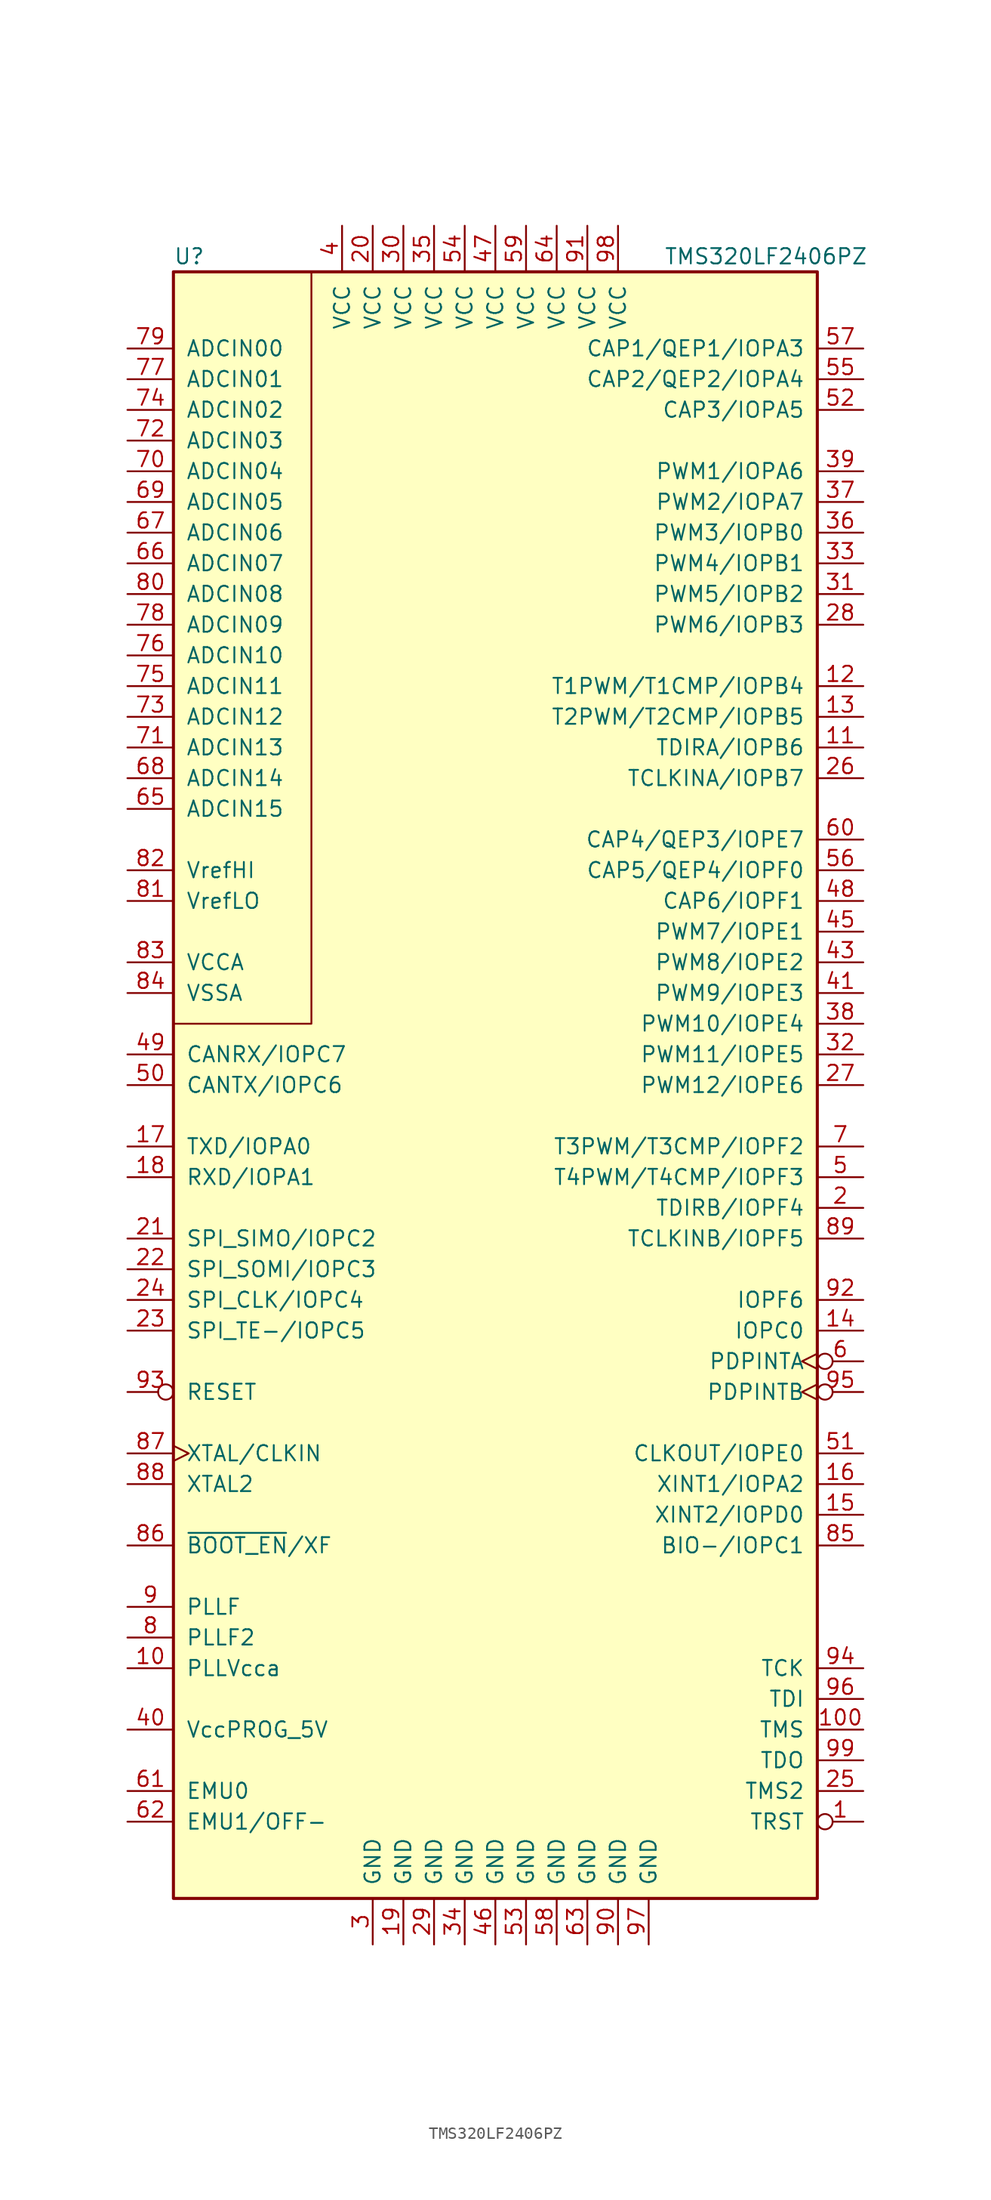
<source format=kicad_sym>
(kicad_symbol_lib
  (version 20220914)
  (generator kicad_symbol_editor)
  (symbol "TMS320LF2406PZ"
    (pin_names
      (offset 1.016))
    (property "Reference" "U"
      (at -26.67 66.04 0)
      (effects (font (size 1.27 1.27)) (justify left)))
    (property "Value" "TMS320LF2406PZ"
      (at 13.97 66.04 0)
      (effects (font (size 1.27 1.27)) (justify left)))
    (symbol "TMS320LF2406PZ_0_1"
      (rectangle (start -26.67 64.77) (end 26.67 -69.85) (stroke (width 0.254) (type default)) (fill (type background)))
      (polyline (pts (xy -15.24 64.77) (xy -15.24 2.54) (xy -22.86 2.54) (xy -26.67 2.54)) (stroke (width 0) (type default)) (fill (type none))))
    (symbol "TMS320LF2406PZ_1_1"
      (pin input inverted (at 30.48 -63.5 180) (length 3.81) (name "TRST" (effects (font (size 1.27 1.27)))) (number "1" (effects (font (size 1.27 1.27)))))
      (pin passive line (at -30.48 -50.8 0) (length 3.81) (name "PLLVcca" (effects (font (size 1.27 1.27)))) (number "10" (effects (font (size 1.27 1.27)))))
      (pin input line (at 30.48 -55.88 180) (length 3.81) (name "TMS" (effects (font (size 1.27 1.27)))) (number "100" (effects (font (size 1.27 1.27)))))
      (pin bidirectional line (at 30.48 25.4 180) (length 3.81) (name "TDIRA/IOPB6" (effects (font (size 1.27 1.27)))) (number "11" (effects (font (size 1.27 1.27)))))
      (pin bidirectional line (at 30.48 30.48 180) (length 3.81) (name "T1PWM/T1CMP/IOPB4" (effects (font (size 1.27 1.27)))) (number "12" (effects (font (size 1.27 1.27)))))
      (pin bidirectional line (at 30.48 27.94 180) (length 3.81) (name "T2PWM/T2CMP/IOPB5" (effects (font (size 1.27 1.27)))) (number "13" (effects (font (size 1.27 1.27)))))
      (pin bidirectional line (at 30.48 -22.86 180) (length 3.81) (name "IOPC0" (effects (font (size 1.27 1.27)))) (number "14" (effects (font (size 1.27 1.27)))))
      (pin bidirectional line (at 30.48 -38.1 180) (length 3.81) (name "XINT2/IOPD0" (effects (font (size 1.27 1.27)))) (number "15" (effects (font (size 1.27 1.27)))))
      (pin bidirectional line (at 30.48 -35.56 180) (length 3.81) (name "XINT1/IOPA2" (effects (font (size 1.27 1.27)))) (number "16" (effects (font (size 1.27 1.27)))))
      (pin bidirectional line (at -30.48 -7.62 0) (length 3.81) (name "TXD/IOPA0" (effects (font (size 1.27 1.27)))) (number "17" (effects (font (size 1.27 1.27)))))
      (pin bidirectional line (at -30.48 -10.16 0) (length 3.81) (name "RXD/IOPA1" (effects (font (size 1.27 1.27)))) (number "18" (effects (font (size 1.27 1.27)))))
      (pin power_in line (at -7.62 -73.66 90) (length 3.81) (name "GND" (effects (font (size 1.27 1.27)))) (number "19" (effects (font (size 1.27 1.27)))))
      (pin bidirectional line (at 30.48 -12.7 180) (length 3.81) (name "TDIRB/IOPF4" (effects (font (size 1.27 1.27)))) (number "2" (effects (font (size 1.27 1.27)))))
      (pin power_in line (at -10.16 68.58 270) (length 3.81) (name "VCC" (effects (font (size 1.27 1.27)))) (number "20" (effects (font (size 1.27 1.27)))))
      (pin bidirectional line (at -30.48 -15.24 0) (length 3.81) (name "SPI_SIMO/IOPC2" (effects (font (size 1.27 1.27)))) (number "21" (effects (font (size 1.27 1.27)))))
      (pin bidirectional line (at -30.48 -17.78 0) (length 3.81) (name "SPI_SOMI/IOPC3" (effects (font (size 1.27 1.27)))) (number "22" (effects (font (size 1.27 1.27)))))
      (pin bidirectional line (at -30.48 -22.86 0) (length 3.81) (name "SPI_TE-/IOPC5" (effects (font (size 1.27 1.27)))) (number "23" (effects (font (size 1.27 1.27)))))
      (pin bidirectional line (at -30.48 -20.32 0) (length 3.81) (name "SPI_CLK/IOPC4" (effects (font (size 1.27 1.27)))) (number "24" (effects (font (size 1.27 1.27)))))
      (pin input line (at 30.48 -60.96 180) (length 3.81) (name "TMS2" (effects (font (size 1.27 1.27)))) (number "25" (effects (font (size 1.27 1.27)))))
      (pin passive line (at 30.48 22.86 180) (length 3.81) (name "TCLKINA/IOPB7" (effects (font (size 1.27 1.27)))) (number "26" (effects (font (size 1.27 1.27)))))
      (pin bidirectional line (at 30.48 -2.54 180) (length 3.81) (name "PWM12/IOPE6" (effects (font (size 1.27 1.27)))) (number "27" (effects (font (size 1.27 1.27)))))
      (pin bidirectional line (at 30.48 35.56 180) (length 3.81) (name "PWM6/IOPB3" (effects (font (size 1.27 1.27)))) (number "28" (effects (font (size 1.27 1.27)))))
      (pin power_in line (at -5.08 -73.66 90) (length 3.81) (name "GND" (effects (font (size 1.27 1.27)))) (number "29" (effects (font (size 1.27 1.27)))))
      (pin power_in line (at -10.16 -73.66 90) (length 3.81) (name "GND" (effects (font (size 1.27 1.27)))) (number "3" (effects (font (size 1.27 1.27)))))
      (pin power_in line (at -7.62 68.58 270) (length 3.81) (name "VCC" (effects (font (size 1.27 1.27)))) (number "30" (effects (font (size 1.27 1.27)))))
      (pin bidirectional line (at 30.48 38.1 180) (length 3.81) (name "PWM5/IOPB2" (effects (font (size 1.27 1.27)))) (number "31" (effects (font (size 1.27 1.27)))))
      (pin bidirectional line (at 30.48 0 180) (length 3.81) (name "PWM11/IOPE5" (effects (font (size 1.27 1.27)))) (number "32" (effects (font (size 1.27 1.27)))))
      (pin bidirectional line (at 30.48 40.64 180) (length 3.81) (name "PWM4/IOPB1" (effects (font (size 1.27 1.27)))) (number "33" (effects (font (size 1.27 1.27)))))
      (pin power_in line (at -2.54 -73.66 90) (length 3.81) (name "GND" (effects (font (size 1.27 1.27)))) (number "34" (effects (font (size 1.27 1.27)))))
      (pin power_in line (at -5.08 68.58 270) (length 3.81) (name "VCC" (effects (font (size 1.27 1.27)))) (number "35" (effects (font (size 1.27 1.27)))))
      (pin bidirectional line (at 30.48 43.18 180) (length 3.81) (name "PWM3/IOPB0" (effects (font (size 1.27 1.27)))) (number "36" (effects (font (size 1.27 1.27)))))
      (pin bidirectional line (at 30.48 45.72 180) (length 3.81) (name "PWM2/IOPA7" (effects (font (size 1.27 1.27)))) (number "37" (effects (font (size 1.27 1.27)))))
      (pin bidirectional line (at 30.48 2.54 180) (length 3.81) (name "PWM10/IOPE4" (effects (font (size 1.27 1.27)))) (number "38" (effects (font (size 1.27 1.27)))))
      (pin bidirectional line (at 30.48 48.26 180) (length 3.81) (name "PWM1/IOPA6" (effects (font (size 1.27 1.27)))) (number "39" (effects (font (size 1.27 1.27)))))
      (pin power_in line (at -12.7 68.58 270) (length 3.81) (name "VCC" (effects (font (size 1.27 1.27)))) (number "4" (effects (font (size 1.27 1.27)))))
      (pin passive line (at -30.48 -55.88 0) (length 3.81) (name "VccPROG_5V" (effects (font (size 1.27 1.27)))) (number "40" (effects (font (size 1.27 1.27)))))
      (pin bidirectional line (at 30.48 5.08 180) (length 3.81) (name "PWM9/IOPE3" (effects (font (size 1.27 1.27)))) (number "41" (effects (font (size 1.27 1.27)))))
      (pin bidirectional line (at 30.48 7.62 180) (length 3.81) (name "PWM8/IOPE2" (effects (font (size 1.27 1.27)))) (number "43" (effects (font (size 1.27 1.27)))))
      (pin bidirectional line (at 30.48 10.16 180) (length 3.81) (name "PWM7/IOPE1" (effects (font (size 1.27 1.27)))) (number "45" (effects (font (size 1.27 1.27)))))
      (pin power_in line (at 0 -73.66 90) (length 3.81) (name "GND" (effects (font (size 1.27 1.27)))) (number "46" (effects (font (size 1.27 1.27)))))
      (pin power_in line (at 0 68.58 270) (length 3.81) (name "VCC" (effects (font (size 1.27 1.27)))) (number "47" (effects (font (size 1.27 1.27)))))
      (pin bidirectional line (at 30.48 12.7 180) (length 3.81) (name "CAP6/IOPF1" (effects (font (size 1.27 1.27)))) (number "48" (effects (font (size 1.27 1.27)))))
      (pin bidirectional line (at -30.48 0 0) (length 3.81) (name "CANRX/IOPC7" (effects (font (size 1.27 1.27)))) (number "49" (effects (font (size 1.27 1.27)))))
      (pin bidirectional line (at 30.48 -10.16 180) (length 3.81) (name "T4PWM/T4CMP/IOPF3" (effects (font (size 1.27 1.27)))) (number "5" (effects (font (size 1.27 1.27)))))
      (pin bidirectional line (at -30.48 -2.54 0) (length 3.81) (name "CANTX/IOPC6" (effects (font (size 1.27 1.27)))) (number "50" (effects (font (size 1.27 1.27)))))
      (pin bidirectional line (at 30.48 -33.02 180) (length 3.81) (name "CLKOUT/IOPE0" (effects (font (size 1.27 1.27)))) (number "51" (effects (font (size 1.27 1.27)))))
      (pin bidirectional line (at 30.48 53.34 180) (length 3.81) (name "CAP3/IOPA5" (effects (font (size 1.27 1.27)))) (number "52" (effects (font (size 1.27 1.27)))))
      (pin power_in line (at 2.54 -73.66 90) (length 3.81) (name "GND" (effects (font (size 1.27 1.27)))) (number "53" (effects (font (size 1.27 1.27)))))
      (pin power_in line (at -2.54 68.58 270) (length 3.81) (name "VCC" (effects (font (size 1.27 1.27)))) (number "54" (effects (font (size 1.27 1.27)))))
      (pin bidirectional line (at 30.48 55.88 180) (length 3.81) (name "CAP2/QEP2/IOPA4" (effects (font (size 1.27 1.27)))) (number "55" (effects (font (size 1.27 1.27)))))
      (pin passive line (at 30.48 15.24 180) (length 3.81) (name "CAP5/QEP4/IOPF0" (effects (font (size 1.27 1.27)))) (number "56" (effects (font (size 1.27 1.27)))))
      (pin bidirectional line (at 30.48 58.42 180) (length 3.81) (name "CAP1/QEP1/IOPA3" (effects (font (size 1.27 1.27)))) (number "57" (effects (font (size 1.27 1.27)))))
      (pin power_in line (at 5.08 -73.66 90) (length 3.81) (name "GND" (effects (font (size 1.27 1.27)))) (number "58" (effects (font (size 1.27 1.27)))))
      (pin power_in line (at 2.54 68.58 270) (length 3.81) (name "VCC" (effects (font (size 1.27 1.27)))) (number "59" (effects (font (size 1.27 1.27)))))
      (pin input inverted_clock (at 30.48 -25.4 180) (length 3.81) (name "PDPINTA" (effects (font (size 1.27 1.27)))) (number "6" (effects (font (size 1.27 1.27)))))
      (pin bidirectional line (at 30.48 17.78 180) (length 3.81) (name "CAP4/QEP3/IOPE7" (effects (font (size 1.27 1.27)))) (number "60" (effects (font (size 1.27 1.27)))))
      (pin bidirectional line (at -30.48 -60.96 0) (length 3.81) (name "EMU0" (effects (font (size 1.27 1.27)))) (number "61" (effects (font (size 1.27 1.27)))))
      (pin bidirectional line (at -30.48 -63.5 0) (length 3.81) (name "EMU1/OFF-" (effects (font (size 1.27 1.27)))) (number "62" (effects (font (size 1.27 1.27)))))
      (pin power_in line (at 7.62 -73.66 90) (length 3.81) (name "GND" (effects (font (size 1.27 1.27)))) (number "63" (effects (font (size 1.27 1.27)))))
      (pin power_in line (at 5.08 68.58 270) (length 3.81) (name "VCC" (effects (font (size 1.27 1.27)))) (number "64" (effects (font (size 1.27 1.27)))))
      (pin input line (at -30.48 20.32 0) (length 3.81) (name "ADCIN15" (effects (font (size 1.27 1.27)))) (number "65" (effects (font (size 1.27 1.27)))))
      (pin input line (at -30.48 40.64 0) (length 3.81) (name "ADCIN07" (effects (font (size 1.27 1.27)))) (number "66" (effects (font (size 1.27 1.27)))))
      (pin input line (at -30.48 43.18 0) (length 3.81) (name "ADCIN06" (effects (font (size 1.27 1.27)))) (number "67" (effects (font (size 1.27 1.27)))))
      (pin input line (at -30.48 22.86 0) (length 3.81) (name "ADCIN14" (effects (font (size 1.27 1.27)))) (number "68" (effects (font (size 1.27 1.27)))))
      (pin input line (at -30.48 45.72 0) (length 3.81) (name "ADCIN05" (effects (font (size 1.27 1.27)))) (number "69" (effects (font (size 1.27 1.27)))))
      (pin bidirectional line (at 30.48 -7.62 180) (length 3.81) (name "T3PWM/T3CMP/IOPF2" (effects (font (size 1.27 1.27)))) (number "7" (effects (font (size 1.27 1.27)))))
      (pin input line (at -30.48 48.26 0) (length 3.81) (name "ADCIN04" (effects (font (size 1.27 1.27)))) (number "70" (effects (font (size 1.27 1.27)))))
      (pin input line (at -30.48 25.4 0) (length 3.81) (name "ADCIN13" (effects (font (size 1.27 1.27)))) (number "71" (effects (font (size 1.27 1.27)))))
      (pin input line (at -30.48 50.8 0) (length 3.81) (name "ADCIN03" (effects (font (size 1.27 1.27)))) (number "72" (effects (font (size 1.27 1.27)))))
      (pin input line (at -30.48 27.94 0) (length 3.81) (name "ADCIN12" (effects (font (size 1.27 1.27)))) (number "73" (effects (font (size 1.27 1.27)))))
      (pin input line (at -30.48 53.34 0) (length 3.81) (name "ADCIN02" (effects (font (size 1.27 1.27)))) (number "74" (effects (font (size 1.27 1.27)))))
      (pin input line (at -30.48 30.48 0) (length 3.81) (name "ADCIN11" (effects (font (size 1.27 1.27)))) (number "75" (effects (font (size 1.27 1.27)))))
      (pin input line (at -30.48 33.02 0) (length 3.81) (name "ADCIN10" (effects (font (size 1.27 1.27)))) (number "76" (effects (font (size 1.27 1.27)))))
      (pin input line (at -30.48 55.88 0) (length 3.81) (name "ADCIN01" (effects (font (size 1.27 1.27)))) (number "77" (effects (font (size 1.27 1.27)))))
      (pin input line (at -30.48 35.56 0) (length 3.81) (name "ADCIN09" (effects (font (size 1.27 1.27)))) (number "78" (effects (font (size 1.27 1.27)))))
      (pin input line (at -30.48 58.42 0) (length 3.81) (name "ADCIN00" (effects (font (size 1.27 1.27)))) (number "79" (effects (font (size 1.27 1.27)))))
      (pin passive line (at -30.48 -48.26 0) (length 3.81) (name "PLLF2" (effects (font (size 1.27 1.27)))) (number "8" (effects (font (size 1.27 1.27)))))
      (pin input line (at -30.48 38.1 0) (length 3.81) (name "ADCIN08" (effects (font (size 1.27 1.27)))) (number "80" (effects (font (size 1.27 1.27)))))
      (pin passive line (at -30.48 12.7 0) (length 3.81) (name "VrefLO" (effects (font (size 1.27 1.27)))) (number "81" (effects (font (size 1.27 1.27)))))
      (pin passive line (at -30.48 15.24 0) (length 3.81) (name "VrefHI" (effects (font (size 1.27 1.27)))) (number "82" (effects (font (size 1.27 1.27)))))
      (pin power_in line (at -30.48 7.62 0) (length 3.81) (name "VCCA" (effects (font (size 1.27 1.27)))) (number "83" (effects (font (size 1.27 1.27)))))
      (pin power_in line (at -30.48 5.08 0) (length 3.81) (name "VSSA" (effects (font (size 1.27 1.27)))) (number "84" (effects (font (size 1.27 1.27)))))
      (pin bidirectional line (at 30.48 -40.64 180) (length 3.81) (name "BIO-/IOPC1" (effects (font (size 1.27 1.27)))) (number "85" (effects (font (size 1.27 1.27)))))
      (pin output line (at -30.48 -40.64 0) (length 3.81) (name "~{BOOT_EN}/XF" (effects (font (size 1.27 1.27)))) (number "86" (effects (font (size 1.27 1.27)))))
      (pin input clock (at -30.48 -33.02 0) (length 3.81) (name "XTAL/CLKIN" (effects (font (size 1.27 1.27)))) (number "87" (effects (font (size 1.27 1.27)))))
      (pin output line (at -30.48 -35.56 0) (length 3.81) (name "XTAL2" (effects (font (size 1.27 1.27)))) (number "88" (effects (font (size 1.27 1.27)))))
      (pin bidirectional line (at 30.48 -15.24 180) (length 3.81) (name "TCLKINB/IOPF5" (effects (font (size 1.27 1.27)))) (number "89" (effects (font (size 1.27 1.27)))))
      (pin passive line (at -30.48 -45.72 0) (length 3.81) (name "PLLF" (effects (font (size 1.27 1.27)))) (number "9" (effects (font (size 1.27 1.27)))))
      (pin power_in line (at 10.16 -73.66 90) (length 3.81) (name "GND" (effects (font (size 1.27 1.27)))) (number "90" (effects (font (size 1.27 1.27)))))
      (pin power_in line (at 7.62 68.58 270) (length 3.81) (name "VCC" (effects (font (size 1.27 1.27)))) (number "91" (effects (font (size 1.27 1.27)))))
      (pin bidirectional line (at 30.48 -20.32 180) (length 3.81) (name "IOPF6" (effects (font (size 1.27 1.27)))) (number "92" (effects (font (size 1.27 1.27)))))
      (pin input inverted (at -30.48 -27.94 0) (length 3.81) (name "RESET" (effects (font (size 1.27 1.27)))) (number "93" (effects (font (size 1.27 1.27)))))
      (pin input line (at 30.48 -50.8 180) (length 3.81) (name "TCK" (effects (font (size 1.27 1.27)))) (number "94" (effects (font (size 1.27 1.27)))))
      (pin input inverted_clock (at 30.48 -27.94 180) (length 3.81) (name "PDPINTB" (effects (font (size 1.27 1.27)))) (number "95" (effects (font (size 1.27 1.27)))))
      (pin input line (at 30.48 -53.34 180) (length 3.81) (name "TDI" (effects (font (size 1.27 1.27)))) (number "96" (effects (font (size 1.27 1.27)))))
      (pin power_in line (at 12.7 -73.66 90) (length 3.81) (name "GND" (effects (font (size 1.27 1.27)))) (number "97" (effects (font (size 1.27 1.27)))))
      (pin power_in line (at 10.16 68.58 270) (length 3.81) (name "VCC" (effects (font (size 1.27 1.27)))) (number "98" (effects (font (size 1.27 1.27)))))
      (pin output line (at 30.48 -58.42 180) (length 3.81) (name "TDO" (effects (font (size 1.27 1.27)))) (number "99" (effects (font (size 1.27 1.27))))))))
</source>
